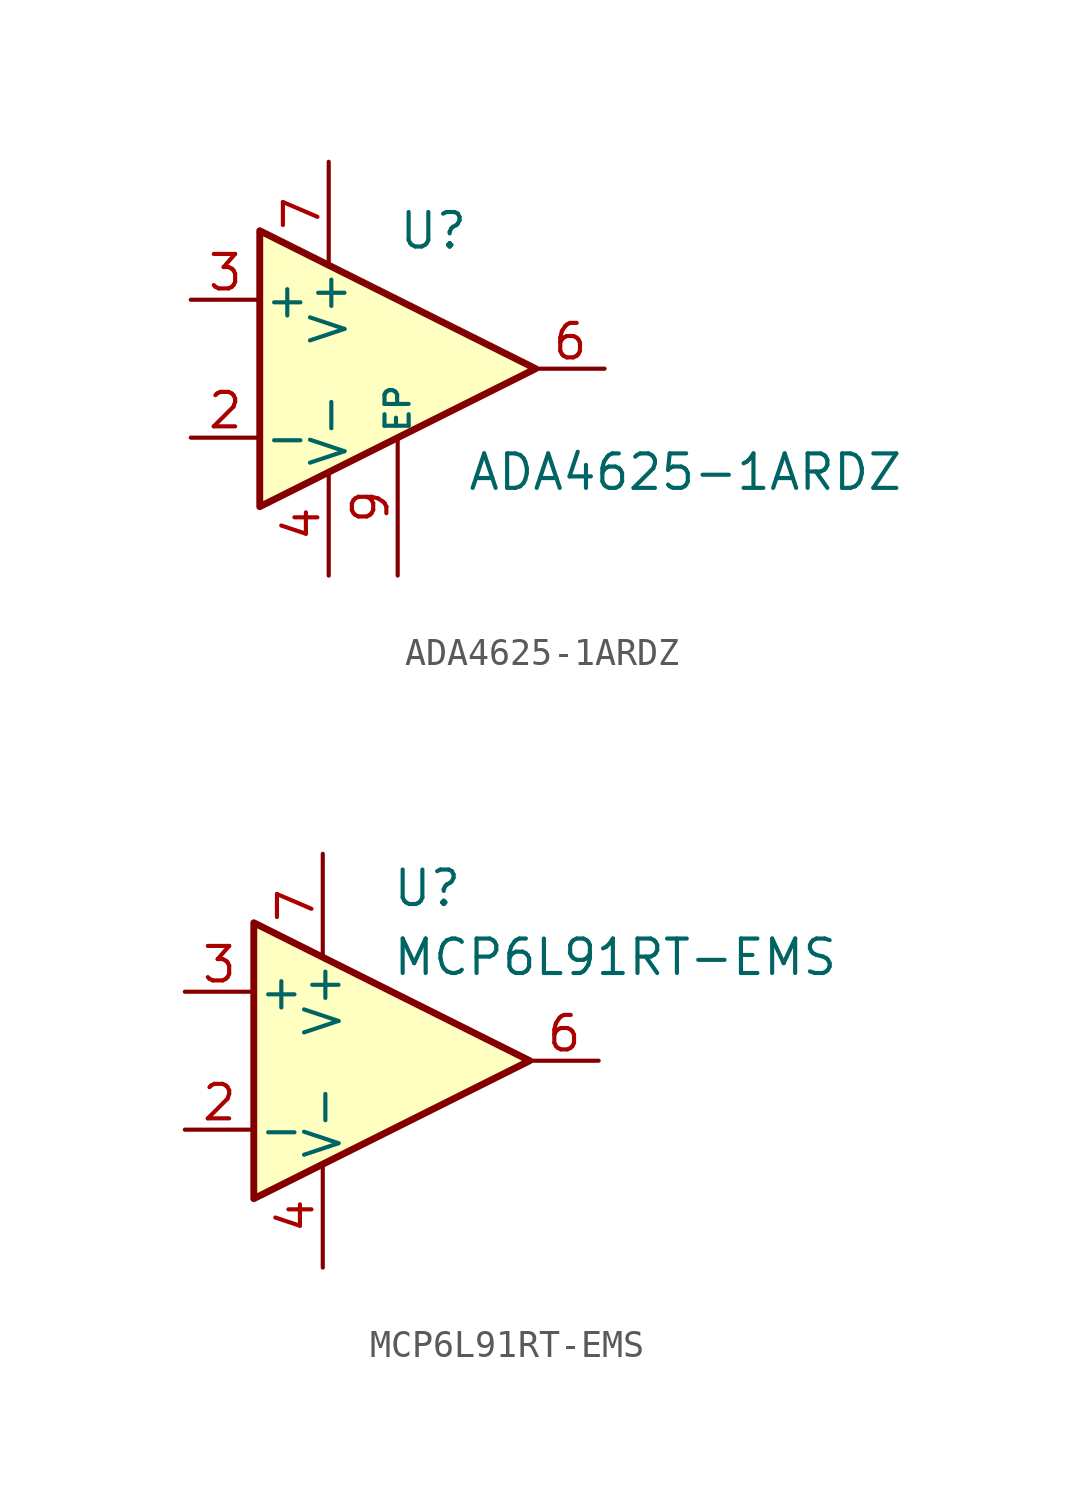
<source format=kicad_sym>
(kicad_symbol_lib
  (version 20231120)
  (generator "kicad_symbol_editor")
  (generator_version "8.0")
  (symbol "ADA4625-1ARDZ"
    (pin_names
      (offset 0.127))
    (property "Reference" "U"
      (at 0 5.08 0)
      (effects (font (size 1.27 1.27)) (justify left)))
    (property "Value" "ADA4625-1ARDZ"
      (at 2.54 -3.81 0)
      (effects (font (size 1.27 1.27)) (justify left)))
    (symbol "ADA4625-1ARDZ_0_1"
      (polyline (pts (xy -5.08 5.08) (xy 5.08 0) (xy -5.08 -5.08) (xy -5.08 5.08)) (stroke (width 0.254) (type solid)) (fill (type background)))
      (pin power_in line (at -2.54 -7.62 90) (length 3.81) (name "V-" (effects (font (size 1.27 1.27)))) (number "4" (effects (font (size 1.27 1.27)))))
      (pin power_in line (at -2.54 7.62 270) (length 3.81) (name "V+" (effects (font (size 1.27 1.27)))) (number "7" (effects (font (size 1.27 1.27))))))
    (symbol "ADA4625-1ARDZ_1_1"
      (pin input line (at -7.62 -2.54 0) (length 2.54) (name "-" (effects (font (size 1.27 1.27)))) (number "2" (effects (font (size 1.27 1.27)))))
      (pin input line (at -7.62 2.54 0) (length 2.54) (name "+" (effects (font (size 1.27 1.27)))) (number "3" (effects (font (size 1.27 1.27)))))
      (pin output line (at 7.62 0 180) (length 2.54) (name "~" (effects (font (size 1.27 1.27)))) (number "6" (effects (font (size 1.27 1.27)))))
      (pin passive line (at 0 -7.62 90) (length 5.08) (name "EP" (effects (font (size 0.889 0.889)))) (number "9" (effects (font (size 1.27 1.27)))))))
  (symbol "MCP6L91RT-EMS"
    (pin_names
      (offset 0.127))
    (property "Reference" "U"
      (at 0 6.35 0)
      (effects (font (size 1.27 1.27)) (justify left)))
    (property "Value" "MCP6L91RT-EMS"
      (at 0 3.81 0)
      (effects (font (size 1.27 1.27)) (justify left)))
    (symbol "MCP6L91RT-EMS_0_1"
      (polyline (pts (xy -5.08 5.08) (xy 5.08 0) (xy -5.08 -5.08) (xy -5.08 5.08)) (stroke (width 0.254) (type default)) (fill (type background))))
    (symbol "MCP6L91RT-EMS_1_1"
      (pin no_connect line (at -2.54 2.54 270) (length 2.54) hide (name "NC" (effects (font (size 1.27 1.27)))) (number "1" (effects (font (size 1.27 1.27)))))
      (pin input line (at -7.62 -2.54 0) (length 2.54) (name "-" (effects (font (size 1.27 1.27)))) (number "2" (effects (font (size 1.27 1.27)))))
      (pin input line (at -7.62 2.54 0) (length 2.54) (name "+" (effects (font (size 1.27 1.27)))) (number "3" (effects (font (size 1.27 1.27)))))
      (pin power_in line (at -2.54 -7.62 90) (length 3.81) (name "V-" (effects (font (size 1.27 1.27)))) (number "4" (effects (font (size 1.27 1.27)))))
      (pin no_connect line (at 0 2.54 270) (length 2.54) hide (name "NC" (effects (font (size 1.27 1.27)))) (number "5" (effects (font (size 1.27 1.27)))))
      (pin output line (at 7.62 0 180) (length 2.54) (name "~" (effects (font (size 1.27 1.27)))) (number "6" (effects (font (size 1.27 1.27)))))
      (pin power_in line (at -2.54 7.62 270) (length 3.81) (name "V+" (effects (font (size 1.27 1.27)))) (number "7" (effects (font (size 1.27 1.27)))))
      (pin no_connect line (at 0 -2.54 90) (length 2.54) hide (name "NC" (effects (font (size 1.27 1.27)))) (number "8" (effects (font (size 1.27 1.27))))))))
</source>
